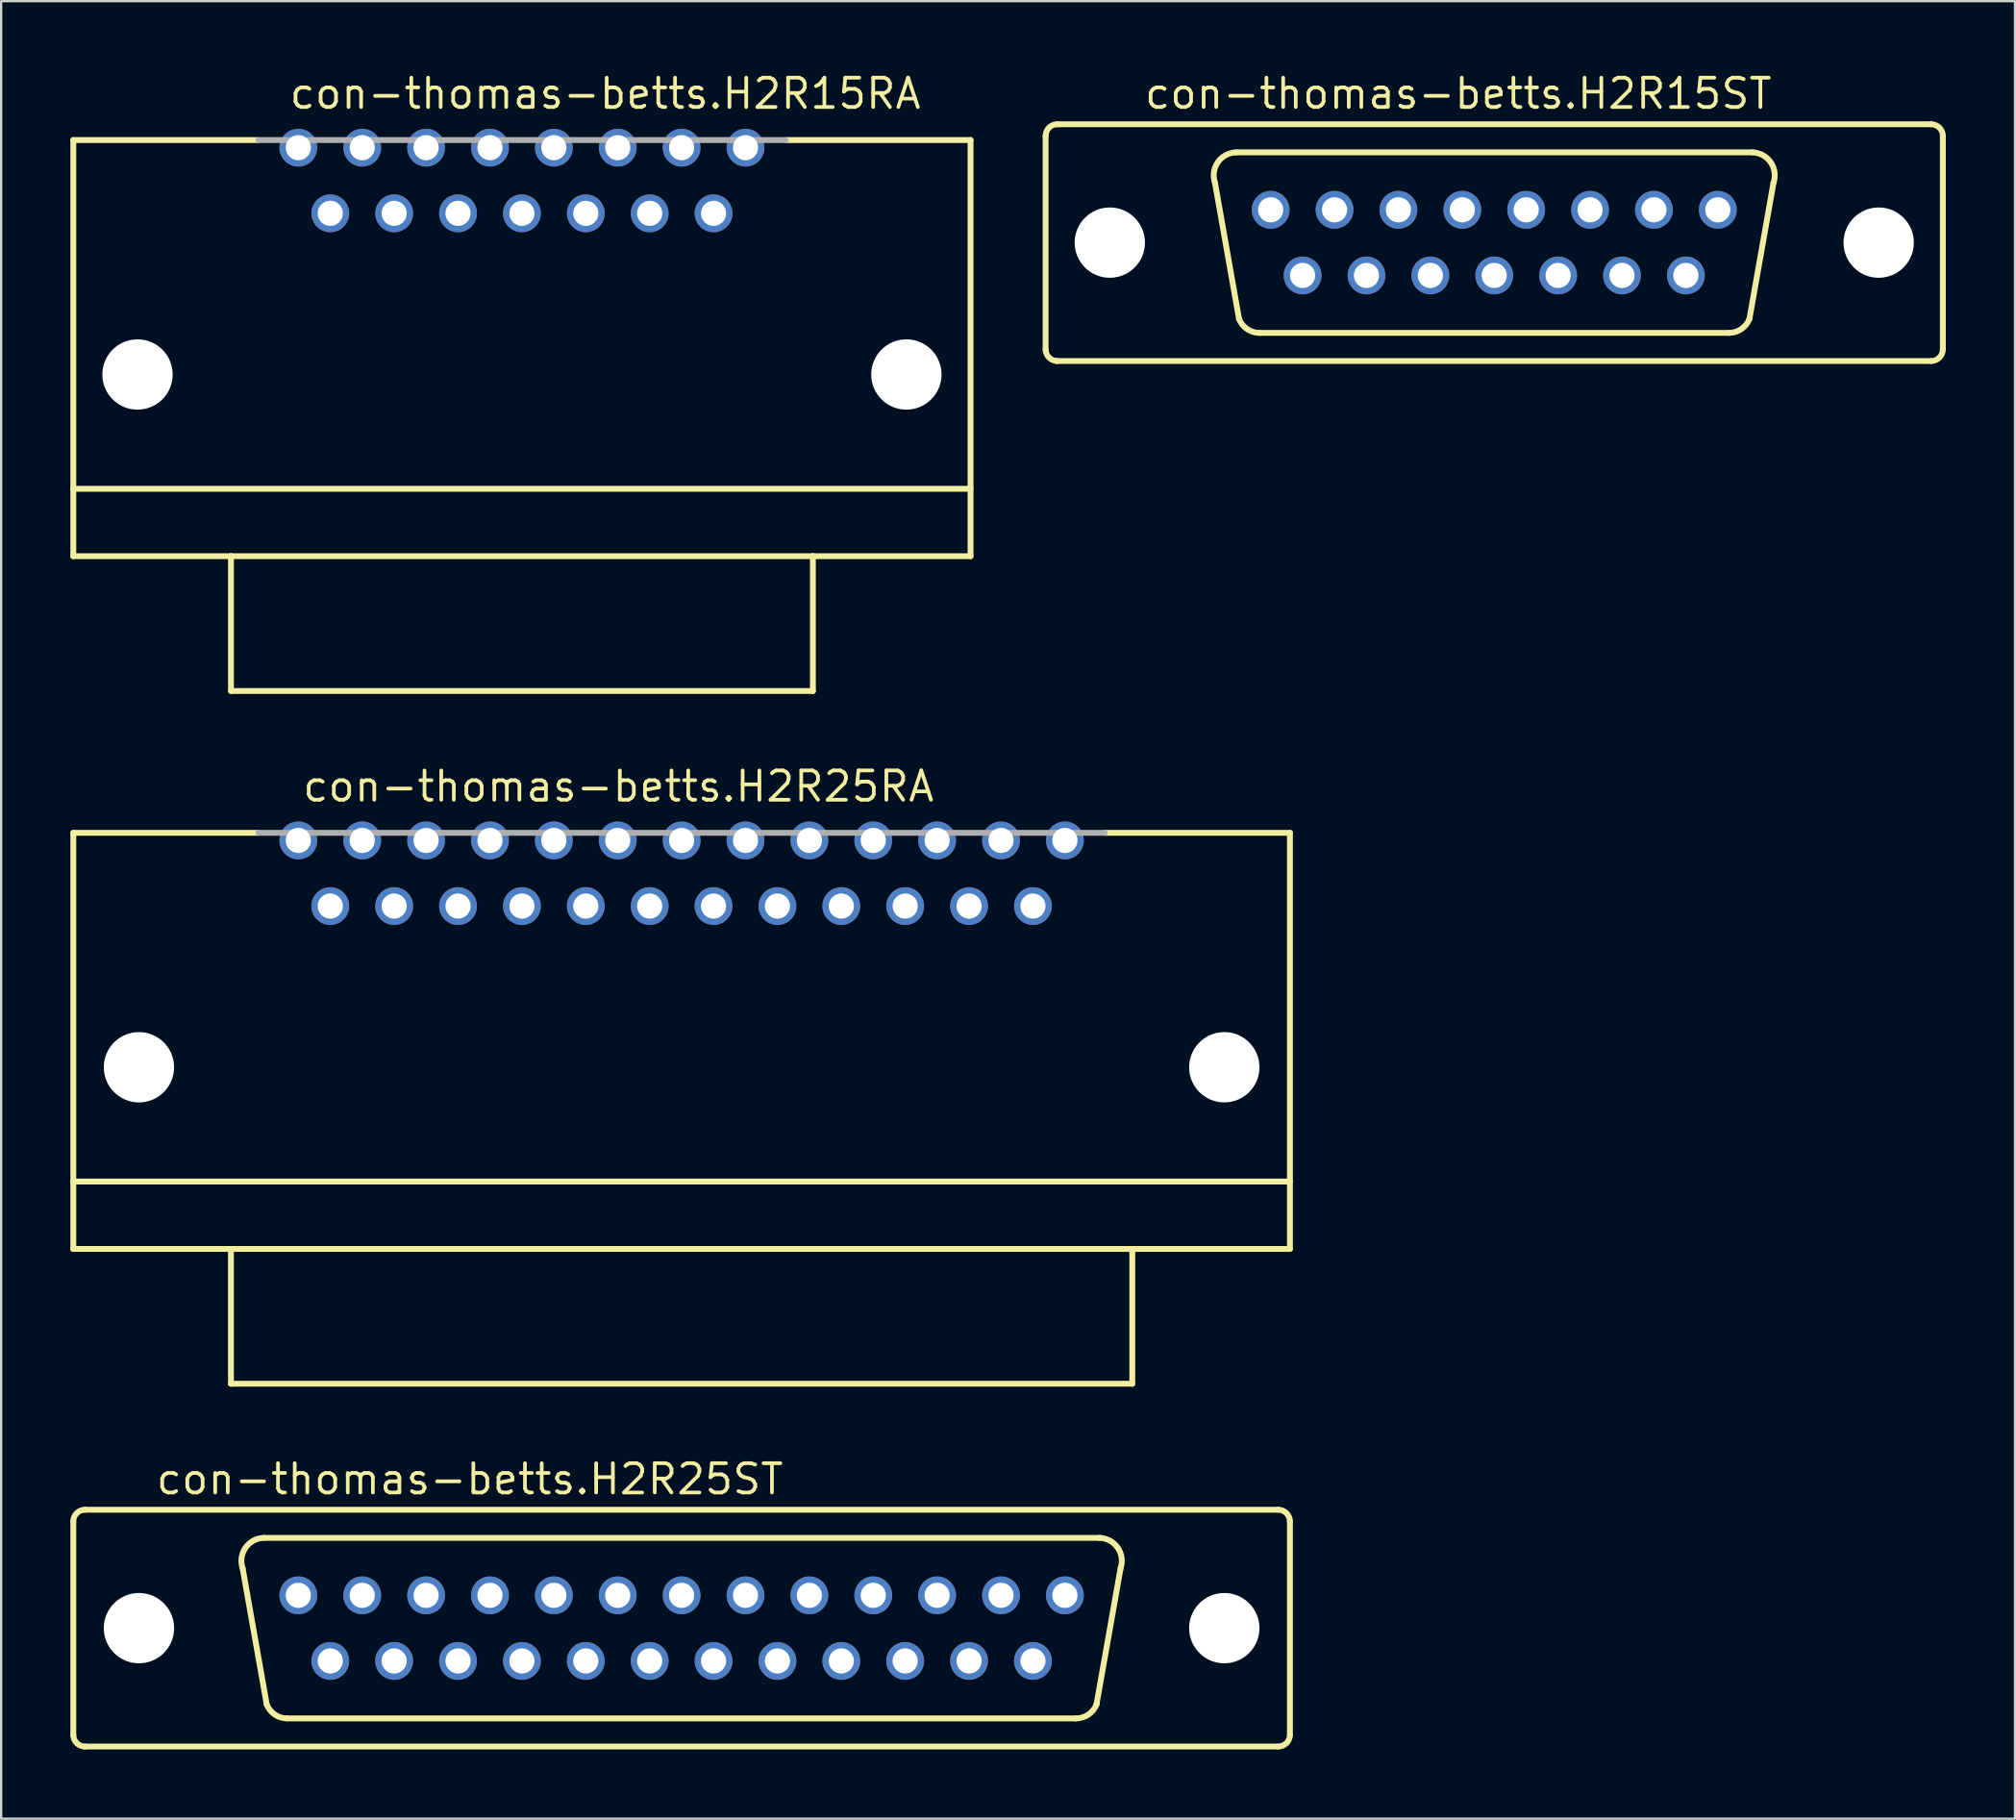
<source format=kicad_pcb>
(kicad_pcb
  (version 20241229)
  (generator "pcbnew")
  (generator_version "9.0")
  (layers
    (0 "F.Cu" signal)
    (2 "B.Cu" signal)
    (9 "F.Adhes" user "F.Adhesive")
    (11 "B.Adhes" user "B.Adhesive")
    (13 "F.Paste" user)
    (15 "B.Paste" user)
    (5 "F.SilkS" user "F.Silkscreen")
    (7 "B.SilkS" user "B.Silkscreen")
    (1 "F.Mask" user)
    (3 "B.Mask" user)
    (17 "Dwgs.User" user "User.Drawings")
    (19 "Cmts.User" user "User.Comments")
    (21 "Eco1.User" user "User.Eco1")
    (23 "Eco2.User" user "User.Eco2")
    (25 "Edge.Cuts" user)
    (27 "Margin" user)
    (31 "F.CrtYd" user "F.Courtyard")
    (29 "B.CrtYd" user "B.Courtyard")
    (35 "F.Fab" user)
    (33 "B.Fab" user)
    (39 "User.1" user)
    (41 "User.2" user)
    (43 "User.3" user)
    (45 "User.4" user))
  (footprint "con-thomas-betts.H2R25ST"
    (layer "F.Cu")
    (at 26.492 67.511)
    (property "Reference" "con-thomas-betts.H2R25ST" (at -22.86 -5.715 0) (layer "F.SilkS") (effects (font (size 1.27 1.27) (thickness 0.16)) (justify left bottom)))
    (attr through_hole)
    (fp_line (start -26.365 4.648) (end -26.365 -4.623) (stroke (width 0.254) (type default)) (layer "F.SilkS"))
    (fp_line (start -25.857 -5.131) (end 25.857 -5.131) (stroke (width 0.254) (type default)) (layer "F.SilkS"))
    (fp_line (start -17.983 3.302) (end -19.025 -2.591) (stroke (width 0.254) (type default)) (layer "F.SilkS"))
    (fp_line (start 17.094 3.912) (end -17.094 3.912) (stroke (width 0.254) (type default)) (layer "F.SilkS"))
    (fp_line (start 17.983 3.302) (end 19.025 -2.591) (stroke (width 0.254) (type default)) (layer "F.SilkS"))
    (fp_line (start 18.11 -3.912) (end -18.11 -3.912) (stroke (width 0.254) (type default)) (layer "F.SilkS"))
    (fp_line (start 25.857 5.131) (end -25.883 5.131) (stroke (width 0.254) (type default)) (layer "F.SilkS"))
    (fp_line (start 26.365 -4.623) (end 26.365 4.623) (stroke (width 0.254) (type default)) (layer "F.SilkS"))
    (fp_arc (start -26.3652 -4.6228) (mid -26.21641 -4.98201) (end -25.8572 -5.1308) (stroke (width 0.254) (type default)) (layer "F.SilkS"))
    (fp_arc (start -25.8572 5.1308) (mid -26.21641 4.98201) (end -26.3652 4.6228) (stroke (width 0.254) (type default)) (layer "F.SilkS"))
    (fp_arc (start -19.0246 -2.5908) (mid -18.902743 -3.483361) (end -18.1102 -3.9116) (stroke (width 0.254) (type default)) (layer "F.SilkS"))
    (fp_arc (start -17.0942 3.9116) (mid -17.633229 3.744654) (end -17.9832 3.302) (stroke (width 0.254) (type default)) (layer "F.SilkS"))
    (fp_arc (start 17.9832 3.302) (mid 17.633229 3.744654) (end 17.0942 3.9116) (stroke (width 0.254) (type default)) (layer "F.SilkS"))
    (fp_arc (start 18.1102 -3.9116) (mid 18.902743 -3.483361) (end 19.0246 -2.5908) (stroke (width 0.254) (type default)) (layer "F.SilkS"))
    (fp_arc (start 25.8572 -5.1308) (mid 26.21641 -4.98201) (end 26.3652 -4.6228) (stroke (width 0.254) (type default)) (layer "F.SilkS"))
    (fp_arc (start 26.3652 4.6228) (mid 26.21641 4.98201) (end 25.8572 5.1308) (stroke (width 0.254) (type default)) (layer "F.SilkS"))
    (pad "" np_thru_hole circle (at -23.52 0) (size 3.048 3.048) (drill 3.048) (layers "*.Cu" "*.Mask"))
    (pad "" np_thru_hole circle (at 23.52 0) (size 3.048 3.048) (drill 3.048) (layers "*.Cu" "*.Mask"))
    (pad "1" thru_hole circle (at 16.612 -1.422 180) (size 1.638 1.638) (drill 1.092) (layers "*.Cu" "*.Mask"))
    (pad "2" thru_hole circle (at 13.843 -1.422 180) (size 1.638 1.638) (drill 1.092) (layers "*.Cu" "*.Mask"))
    (pad "3" thru_hole circle (at 11.074 -1.422 180) (size 1.638 1.638) (drill 1.092) (layers "*.Cu" "*.Mask"))
    (pad "4" thru_hole circle (at 8.306 -1.422 180) (size 1.638 1.638) (drill 1.092) (layers "*.Cu" "*.Mask"))
    (pad "5" thru_hole circle (at 5.537 -1.422 180) (size 1.638 1.638) (drill 1.092) (layers "*.Cu" "*.Mask"))
    (pad "6" thru_hole circle (at 2.769 -1.422 180) (size 1.638 1.638) (drill 1.092) (layers "*.Cu" "*.Mask"))
    (pad "7" thru_hole circle (at 0 -1.422 180) (size 1.638 1.638) (drill 1.092) (layers "*.Cu" "*.Mask"))
    (pad "8" thru_hole circle (at -2.769 -1.422 180) (size 1.638 1.638) (drill 1.092) (layers "*.Cu" "*.Mask"))
    (pad "9" thru_hole circle (at -5.537 -1.422 180) (size 1.638 1.638) (drill 1.092) (layers "*.Cu" "*.Mask"))
    (pad "10" thru_hole circle (at -8.306 -1.422 180) (size 1.638 1.638) (drill 1.092) (layers "*.Cu" "*.Mask"))
    (pad "11" thru_hole circle (at -11.074 -1.422 180) (size 1.638 1.638) (drill 1.092) (layers "*.Cu" "*.Mask"))
    (pad "12" thru_hole circle (at -13.843 -1.422 180) (size 1.638 1.638) (drill 1.092) (layers "*.Cu" "*.Mask"))
    (pad "13" thru_hole circle (at -16.612 -1.422 180) (size 1.638 1.638) (drill 1.092) (layers "*.Cu" "*.Mask"))
    (pad "14" thru_hole circle (at 15.227 1.422 180) (size 1.638 1.638) (drill 1.092) (layers "*.Cu" "*.Mask"))
    (pad "15" thru_hole circle (at 12.459 1.422 180) (size 1.638 1.638) (drill 1.092) (layers "*.Cu" "*.Mask"))
    (pad "16" thru_hole circle (at 9.69 1.422 180) (size 1.638 1.638) (drill 1.092) (layers "*.Cu" "*.Mask"))
    (pad "17" thru_hole circle (at 6.921 1.422 180) (size 1.638 1.638) (drill 1.092) (layers "*.Cu" "*.Mask"))
    (pad "18" thru_hole circle (at 4.153 1.422 180) (size 1.638 1.638) (drill 1.092) (layers "*.Cu" "*.Mask"))
    (pad "19" thru_hole circle (at 1.384 1.422 180) (size 1.638 1.638) (drill 1.092) (layers "*.Cu" "*.Mask"))
    (pad "20" thru_hole circle (at -1.384 1.422 180) (size 1.638 1.638) (drill 1.092) (layers "*.Cu" "*.Mask"))
    (pad "21" thru_hole circle (at -4.153 1.422 180) (size 1.638 1.638) (drill 1.092) (layers "*.Cu" "*.Mask"))
    (pad "22" thru_hole circle (at -6.921 1.422 180) (size 1.638 1.638) (drill 1.092) (layers "*.Cu" "*.Mask"))
    (pad "23" thru_hole circle (at -9.69 1.422 180) (size 1.638 1.638) (drill 1.092) (layers "*.Cu" "*.Mask"))
    (pad "24" thru_hole circle (at -12.459 1.422 180) (size 1.638 1.638) (drill 1.092) (layers "*.Cu" "*.Mask"))
    (pad "25" thru_hole circle (at -15.227 1.422 180) (size 1.638 1.638) (drill 1.092) (layers "*.Cu" "*.Mask")))
  (footprint "con-thomas-betts.H2R15ST"
    (layer "F.Cu")
    (at 61.712 7.465)
    (property "Reference" "con-thomas-betts.H2R15ST" (at -15.24 -5.715 0) (layer "F.SilkS") (effects (font (size 1.27 1.27) (thickness 0.16)) (justify left bottom)))
    (attr through_hole)
    (fp_line (start -19.444 4.648) (end -19.444 -4.623) (stroke (width 0.254) (type default)) (layer "F.SilkS"))
    (fp_line (start -18.936 -5.131) (end 18.936 -5.131) (stroke (width 0.254) (type default)) (layer "F.SilkS"))
    (fp_line (start -11.062 3.302) (end -12.103 -2.591) (stroke (width 0.254) (type default)) (layer "F.SilkS"))
    (fp_line (start 10.173 3.912) (end -10.173 3.912) (stroke (width 0.254) (type default)) (layer "F.SilkS"))
    (fp_line (start 11.062 3.302) (end 12.103 -2.591) (stroke (width 0.254) (type default)) (layer "F.SilkS"))
    (fp_line (start 11.189 -3.912) (end -11.189 -3.912) (stroke (width 0.254) (type default)) (layer "F.SilkS"))
    (fp_line (start 18.936 5.131) (end -18.961 5.131) (stroke (width 0.254) (type default)) (layer "F.SilkS"))
    (fp_line (start 19.444 -4.623) (end 19.444 4.623) (stroke (width 0.254) (type default)) (layer "F.SilkS"))
    (fp_arc (start -19.4437 -4.6228) (mid -19.29491 -4.98201) (end -18.9357 -5.1308) (stroke (width 0.254) (type default)) (layer "F.SilkS"))
    (fp_arc (start -18.9357 5.1308) (mid -19.29491 4.98201) (end -19.4437 4.6228) (stroke (width 0.254) (type default)) (layer "F.SilkS"))
    (fp_arc (start -12.1031 -2.5908) (mid -11.981243 -3.483361) (end -11.1887 -3.9116) (stroke (width 0.254) (type default)) (layer "F.SilkS"))
    (fp_arc (start -10.1727 3.9116) (mid -10.711729 3.744654) (end -11.0617 3.302) (stroke (width 0.254) (type default)) (layer "F.SilkS"))
    (fp_arc (start 11.0617 3.302) (mid 10.711729 3.744654) (end 10.1727 3.9116) (stroke (width 0.254) (type default)) (layer "F.SilkS"))
    (fp_arc (start 11.1887 -3.9116) (mid 11.981243 -3.483361) (end 12.1031 -2.5908) (stroke (width 0.254) (type default)) (layer "F.SilkS"))
    (fp_arc (start 18.9357 -5.1308) (mid 19.29491 -4.98201) (end 19.4437 -4.6228) (stroke (width 0.254) (type default)) (layer "F.SilkS"))
    (fp_arc (start 19.4437 4.6228) (mid 19.29491 4.98201) (end 18.9357 5.1308) (stroke (width 0.254) (type default)) (layer "F.SilkS"))
    (pad "" np_thru_hole circle (at -16.662 0) (size 3.048 3.048) (drill 3.048) (layers "*.Cu" "*.Mask"))
    (pad "" np_thru_hole circle (at 16.662 0) (size 3.048 3.048) (drill 3.048) (layers "*.Cu" "*.Mask"))
    (pad "1" thru_hole circle (at 9.69 -1.422) (size 1.638 1.638) (drill 1.092) (layers "*.Cu" "*.Mask"))
    (pad "2" thru_hole circle (at 6.921 -1.422) (size 1.638 1.638) (drill 1.092) (layers "*.Cu" "*.Mask"))
    (pad "3" thru_hole circle (at 4.153 -1.422) (size 1.638 1.638) (drill 1.092) (layers "*.Cu" "*.Mask"))
    (pad "4" thru_hole circle (at 1.384 -1.422) (size 1.638 1.638) (drill 1.092) (layers "*.Cu" "*.Mask"))
    (pad "5" thru_hole circle (at -1.384 -1.422) (size 1.638 1.638) (drill 1.092) (layers "*.Cu" "*.Mask"))
    (pad "6" thru_hole circle (at -4.153 -1.422) (size 1.638 1.638) (drill 1.092) (layers "*.Cu" "*.Mask"))
    (pad "7" thru_hole circle (at -6.921 -1.422) (size 1.638 1.638) (drill 1.092) (layers "*.Cu" "*.Mask"))
    (pad "8" thru_hole circle (at -9.69 -1.422) (size 1.638 1.638) (drill 1.092) (layers "*.Cu" "*.Mask"))
    (pad "9" thru_hole circle (at 8.306 1.422) (size 1.638 1.638) (drill 1.092) (layers "*.Cu" "*.Mask"))
    (pad "10" thru_hole circle (at 5.537 1.422) (size 1.638 1.638) (drill 1.092) (layers "*.Cu" "*.Mask"))
    (pad "11" thru_hole circle (at 2.769 1.422) (size 1.638 1.638) (drill 1.092) (layers "*.Cu" "*.Mask"))
    (pad "12" thru_hole circle (at 0 1.422) (size 1.638 1.638) (drill 1.092) (layers "*.Cu" "*.Mask"))
    (pad "13" thru_hole circle (at -2.769 1.422) (size 1.638 1.638) (drill 1.092) (layers "*.Cu" "*.Mask"))
    (pad "14" thru_hole circle (at -5.537 1.422) (size 1.638 1.638) (drill 1.092) (layers "*.Cu" "*.Mask"))
    (pad "15" thru_hole circle (at -8.306 1.422) (size 1.638 1.638) (drill 1.092) (layers "*.Cu" "*.Mask")))
  (footprint "con-thomas-betts.H2R15RA"
    (layer "F.Cu")
    (at 19.571 11.275)
    (property "Reference" "con-thomas-betts.H2R15RA" (at -10.16 -9.525 0) (layer "F.SilkS") (effects (font (size 1.27 1.27) (thickness 0.16)) (justify left bottom)))
    (attr through_hole)
    (fp_line (start -19.444 -8.255) (end -11.443 -8.255) (stroke (width 0.254) (type default)) (layer "F.SilkS"))
    (fp_line (start -19.444 6.858) (end 19.444 6.858) (stroke (width 0.254) (type default)) (layer "F.SilkS"))
    (fp_line (start -19.444 9.779) (end -19.444 -8.255) (stroke (width 0.254) (type default)) (layer "F.SilkS"))
    (fp_line (start -12.611 9.779) (end -19.444 9.779) (stroke (width 0.254) (type default)) (layer "F.SilkS"))
    (fp_line (start -12.611 9.779) (end 12.611 9.779) (stroke (width 0.254) (type default)) (layer "F.SilkS"))
    (fp_line (start -12.611 15.621) (end -12.611 9.779) (stroke (width 0.254) (type default)) (layer "F.SilkS"))
    (fp_line (start 12.611 9.779) (end 12.611 15.621) (stroke (width 0.254) (type default)) (layer "F.SilkS"))
    (fp_line (start 12.611 15.621) (end -12.611 15.621) (stroke (width 0.254) (type default)) (layer "F.SilkS"))
    (fp_line (start 19.444 -8.255) (end 11.443 -8.255) (stroke (width 0.254) (type default)) (layer "F.SilkS"))
    (fp_line (start 19.444 -8.255) (end 19.444 9.779) (stroke (width 0.254) (type default)) (layer "F.SilkS"))
    (fp_line (start 19.444 9.779) (end 12.611 9.779) (stroke (width 0.254) (type default)) (layer "F.SilkS"))
    (fp_line (start -11.417 -8.255) (end 11.417 -8.255) (stroke (width 0.254) (type default)) (layer "F.Fab"))
    (pad "" np_thru_hole circle (at -16.662 1.905) (size 3.048 3.048) (drill 3.048) (layers "*.Cu" "*.Mask"))
    (pad "" np_thru_hole circle (at 16.662 1.905) (size 3.048 3.048) (drill 3.048) (layers "*.Cu" "*.Mask"))
    (pad "1" thru_hole circle (at 9.69 -7.925) (size 1.638 1.638) (drill 1.092) (layers "*.Cu" "*.Mask"))
    (pad "2" thru_hole circle (at 6.921 -7.925) (size 1.638 1.638) (drill 1.092) (layers "*.Cu" "*.Mask"))
    (pad "3" thru_hole circle (at 4.153 -7.925) (size 1.638 1.638) (drill 1.092) (layers "*.Cu" "*.Mask"))
    (pad "4" thru_hole circle (at 1.384 -7.925) (size 1.638 1.638) (drill 1.092) (layers "*.Cu" "*.Mask"))
    (pad "5" thru_hole circle (at -1.384 -7.925) (size 1.638 1.638) (drill 1.092) (layers "*.Cu" "*.Mask"))
    (pad "6" thru_hole circle (at -4.153 -7.925) (size 1.638 1.638) (drill 1.092) (layers "*.Cu" "*.Mask"))
    (pad "7" thru_hole circle (at -6.921 -7.925) (size 1.638 1.638) (drill 1.092) (layers "*.Cu" "*.Mask"))
    (pad "8" thru_hole circle (at -9.69 -7.925) (size 1.638 1.638) (drill 1.092) (layers "*.Cu" "*.Mask"))
    (pad "9" thru_hole circle (at 8.306 -5.08) (size 1.638 1.638) (drill 1.092) (layers "*.Cu" "*.Mask"))
    (pad "10" thru_hole circle (at 5.537 -5.08) (size 1.638 1.638) (drill 1.092) (layers "*.Cu" "*.Mask"))
    (pad "11" thru_hole circle (at 2.769 -5.08) (size 1.638 1.638) (drill 1.092) (layers "*.Cu" "*.Mask"))
    (pad "12" thru_hole circle (at 0 -5.08) (size 1.638 1.638) (drill 1.092) (layers "*.Cu" "*.Mask"))
    (pad "13" thru_hole circle (at -2.769 -5.08) (size 1.638 1.638) (drill 1.092) (layers "*.Cu" "*.Mask"))
    (pad "14" thru_hole circle (at -5.537 -5.08) (size 1.638 1.638) (drill 1.092) (layers "*.Cu" "*.Mask"))
    (pad "15" thru_hole circle (at -8.306 -5.08) (size 1.638 1.638) (drill 1.092) (layers "*.Cu" "*.Mask")))
  (footprint "con-thomas-betts.H2R25RA"
    (layer "F.Cu")
    (at 26.492 41.298)
    (property "Reference" "con-thomas-betts.H2R25RA" (at -16.51 -9.525 0) (layer "F.SilkS") (effects (font (size 1.27 1.27) (thickness 0.16)) (justify left bottom)))
    (attr through_hole)
    (fp_line (start -26.365 -8.255) (end -18.364 -8.255) (stroke (width 0.254) (type default)) (layer "F.SilkS"))
    (fp_line (start -26.365 6.858) (end 26.365 6.858) (stroke (width 0.254) (type default)) (layer "F.SilkS"))
    (fp_line (start -26.365 9.779) (end -26.365 -8.255) (stroke (width 0.254) (type default)) (layer "F.SilkS"))
    (fp_line (start -19.533 9.779) (end -26.365 9.779) (stroke (width 0.254) (type default)) (layer "F.SilkS"))
    (fp_line (start -19.533 9.779) (end 19.533 9.779) (stroke (width 0.254) (type default)) (layer "F.SilkS"))
    (fp_line (start -19.533 15.621) (end -19.533 9.779) (stroke (width 0.254) (type default)) (layer "F.SilkS"))
    (fp_line (start 19.533 9.779) (end 19.533 15.621) (stroke (width 0.254) (type default)) (layer "F.SilkS"))
    (fp_line (start 19.533 15.621) (end -19.533 15.621) (stroke (width 0.254) (type default)) (layer "F.SilkS"))
    (fp_line (start 26.365 -8.255) (end 18.364 -8.255) (stroke (width 0.254) (type default)) (layer "F.SilkS"))
    (fp_line (start 26.365 -8.255) (end 26.365 9.779) (stroke (width 0.254) (type default)) (layer "F.SilkS"))
    (fp_line (start 26.365 9.779) (end 19.533 9.779) (stroke (width 0.254) (type default)) (layer "F.SilkS"))
    (fp_line (start -18.339 -8.255) (end 18.339 -8.255) (stroke (width 0.254) (type default)) (layer "F.Fab"))
    (pad "" np_thru_hole circle (at -23.52 1.905) (size 3.048 3.048) (drill 3.048) (layers "*.Cu" "*.Mask"))
    (pad "" np_thru_hole circle (at 23.52 1.905) (size 3.048 3.048) (drill 3.048) (layers "*.Cu" "*.Mask"))
    (pad "1" thru_hole circle (at 16.612 -7.925) (size 1.638 1.638) (drill 1.092) (layers "*.Cu" "*.Mask"))
    (pad "2" thru_hole circle (at 13.843 -7.925) (size 1.638 1.638) (drill 1.092) (layers "*.Cu" "*.Mask"))
    (pad "3" thru_hole circle (at 11.074 -7.925) (size 1.638 1.638) (drill 1.092) (layers "*.Cu" "*.Mask"))
    (pad "4" thru_hole circle (at 8.306 -7.925) (size 1.638 1.638) (drill 1.092) (layers "*.Cu" "*.Mask"))
    (pad "5" thru_hole circle (at 5.537 -7.925) (size 1.638 1.638) (drill 1.092) (layers "*.Cu" "*.Mask"))
    (pad "6" thru_hole circle (at 2.769 -7.925) (size 1.638 1.638) (drill 1.092) (layers "*.Cu" "*.Mask"))
    (pad "7" thru_hole circle (at 0 -7.925) (size 1.638 1.638) (drill 1.092) (layers "*.Cu" "*.Mask"))
    (pad "8" thru_hole circle (at -2.769 -7.925) (size 1.638 1.638) (drill 1.092) (layers "*.Cu" "*.Mask"))
    (pad "9" thru_hole circle (at -5.537 -7.925) (size 1.638 1.638) (drill 1.092) (layers "*.Cu" "*.Mask"))
    (pad "10" thru_hole circle (at -8.306 -7.925) (size 1.638 1.638) (drill 1.092) (layers "*.Cu" "*.Mask"))
    (pad "11" thru_hole circle (at -11.074 -7.925) (size 1.638 1.638) (drill 1.092) (layers "*.Cu" "*.Mask"))
    (pad "12" thru_hole circle (at -13.843 -7.925) (size 1.638 1.638) (drill 1.092) (layers "*.Cu" "*.Mask"))
    (pad "13" thru_hole circle (at -16.612 -7.925) (size 1.638 1.638) (drill 1.092) (layers "*.Cu" "*.Mask"))
    (pad "14" thru_hole circle (at 15.227 -5.08) (size 1.638 1.638) (drill 1.092) (layers "*.Cu" "*.Mask"))
    (pad "15" thru_hole circle (at 12.459 -5.08) (size 1.638 1.638) (drill 1.092) (layers "*.Cu" "*.Mask"))
    (pad "16" thru_hole circle (at 9.69 -5.08) (size 1.638 1.638) (drill 1.092) (layers "*.Cu" "*.Mask"))
    (pad "17" thru_hole circle (at 6.921 -5.08) (size 1.638 1.638) (drill 1.092) (layers "*.Cu" "*.Mask"))
    (pad "18" thru_hole circle (at 4.153 -5.08) (size 1.638 1.638) (drill 1.092) (layers "*.Cu" "*.Mask"))
    (pad "19" thru_hole circle (at 1.384 -5.08) (size 1.638 1.638) (drill 1.092) (layers "*.Cu" "*.Mask"))
    (pad "20" thru_hole circle (at -1.384 -5.08) (size 1.638 1.638) (drill 1.092) (layers "*.Cu" "*.Mask"))
    (pad "21" thru_hole circle (at -4.153 -5.08) (size 1.638 1.638) (drill 1.092) (layers "*.Cu" "*.Mask"))
    (pad "22" thru_hole circle (at -6.921 -5.08) (size 1.638 1.638) (drill 1.092) (layers "*.Cu" "*.Mask"))
    (pad "23" thru_hole circle (at -9.69 -5.08) (size 1.638 1.638) (drill 1.092) (layers "*.Cu" "*.Mask"))
    (pad "24" thru_hole circle (at -12.459 -5.08) (size 1.638 1.638) (drill 1.092) (layers "*.Cu" "*.Mask"))
    (pad "25" thru_hole circle (at -15.227 -5.08) (size 1.638 1.638) (drill 1.092) (layers "*.Cu" "*.Mask")))
  (gr_rect
    (start -3 -3)
    (end 84.283 75.769)
    (stroke (width 0.1) (type default))
    (fill no)
    (layer "Edge.Cuts")))
</source>
